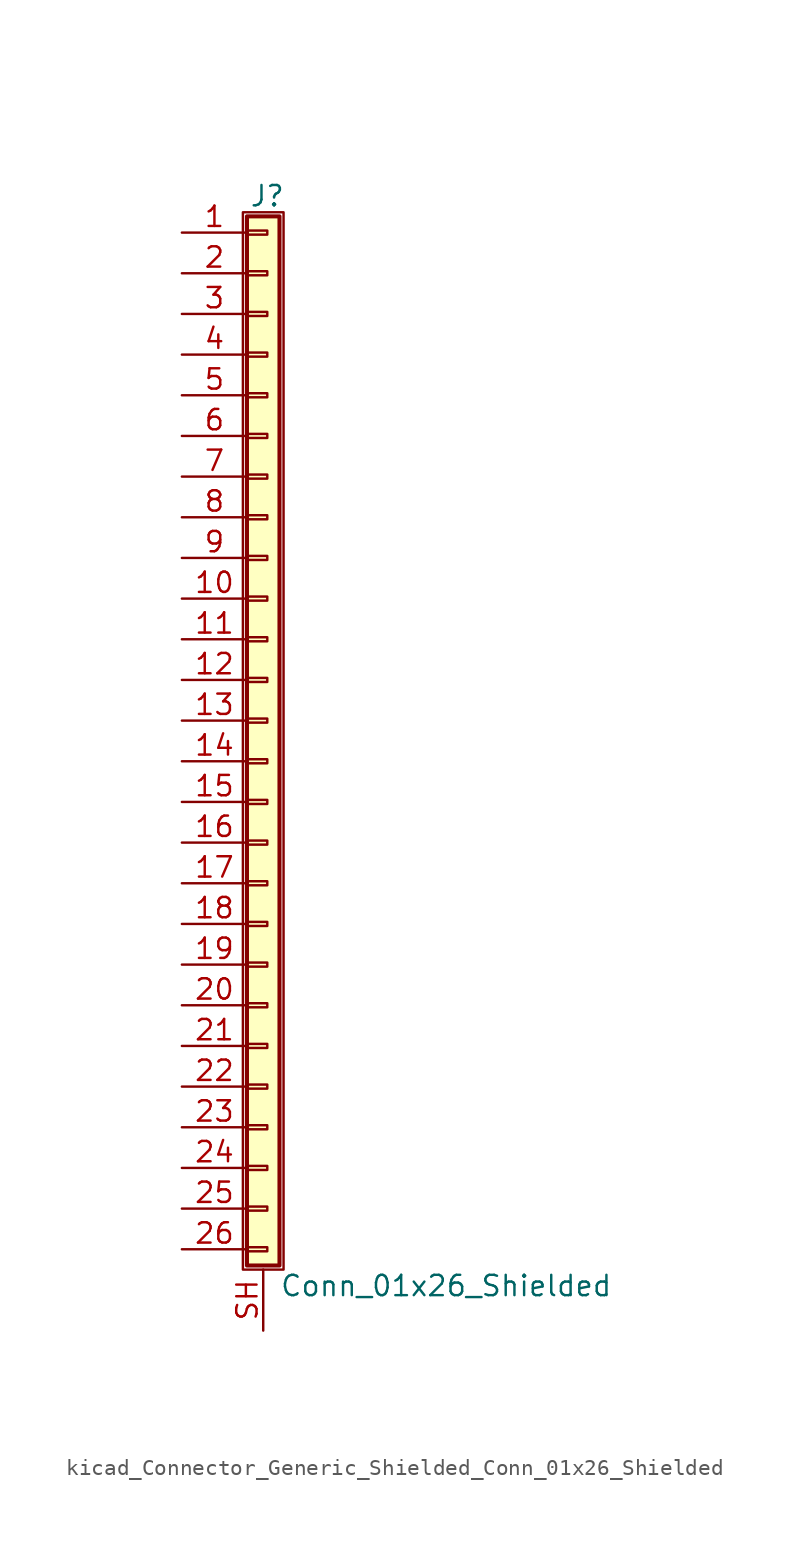
<source format=kicad_sym>
(kicad_symbol_lib
  (version 20220914)
  (generator kicad_symbol_editor)
  (symbol "kicad_Connector_Generic_Shielded_Conn_01x26_Shielded"
    (pin_names
      (offset 1.016) hide)
    (property "Reference" "J"
      (at 0.254 32.766 0)
      (effects (font (size 1.27 1.27))))
    (property "Value" "Conn_01x26_Shielded"
      (at 1.016 -35.306 0)
      (effects (font (size 1.27 1.27)) (justify left)))
    (symbol "kicad_Connector_Generic_Shielded_Conn_01x26_Shielded_1_1"
      (rectangle (start -1.27 31.75) (end 1.27 -34.29) (stroke (width 0.152) (type default)) (fill (type none)))
      (rectangle (start -1.016 -32.893) (end 0.254 -33.147) (stroke (width 0.152) (type default)) (fill (type none)))
      (rectangle (start -1.016 -30.353) (end 0.254 -30.607) (stroke (width 0.152) (type default)) (fill (type none)))
      (rectangle (start -1.016 -27.813) (end 0.254 -28.067) (stroke (width 0.152) (type default)) (fill (type none)))
      (rectangle (start -1.016 -25.273) (end 0.254 -25.527) (stroke (width 0.152) (type default)) (fill (type none)))
      (rectangle (start -1.016 -22.733) (end 0.254 -22.987) (stroke (width 0.152) (type default)) (fill (type none)))
      (rectangle (start -1.016 -20.193) (end 0.254 -20.447) (stroke (width 0.152) (type default)) (fill (type none)))
      (rectangle (start -1.016 -17.653) (end 0.254 -17.907) (stroke (width 0.152) (type default)) (fill (type none)))
      (rectangle (start -1.016 -15.113) (end 0.254 -15.367) (stroke (width 0.152) (type default)) (fill (type none)))
      (rectangle (start -1.016 -12.573) (end 0.254 -12.827) (stroke (width 0.152) (type default)) (fill (type none)))
      (rectangle (start -1.016 -10.033) (end 0.254 -10.287) (stroke (width 0.152) (type default)) (fill (type none)))
      (rectangle (start -1.016 -7.493) (end 0.254 -7.747) (stroke (width 0.152) (type default)) (fill (type none)))
      (rectangle (start -1.016 -4.953) (end 0.254 -5.207) (stroke (width 0.152) (type default)) (fill (type none)))
      (rectangle (start -1.016 -2.413) (end 0.254 -2.667) (stroke (width 0.152) (type default)) (fill (type none)))
      (rectangle (start -1.016 0.127) (end 0.254 -0.127) (stroke (width 0.152) (type default)) (fill (type none)))
      (rectangle (start -1.016 2.667) (end 0.254 2.413) (stroke (width 0.152) (type default)) (fill (type none)))
      (rectangle (start -1.016 5.207) (end 0.254 4.953) (stroke (width 0.152) (type default)) (fill (type none)))
      (rectangle (start -1.016 7.747) (end 0.254 7.493) (stroke (width 0.152) (type default)) (fill (type none)))
      (rectangle (start -1.016 10.287) (end 0.254 10.033) (stroke (width 0.152) (type default)) (fill (type none)))
      (rectangle (start -1.016 12.827) (end 0.254 12.573) (stroke (width 0.152) (type default)) (fill (type none)))
      (rectangle (start -1.016 15.367) (end 0.254 15.113) (stroke (width 0.152) (type default)) (fill (type none)))
      (rectangle (start -1.016 17.907) (end 0.254 17.653) (stroke (width 0.152) (type default)) (fill (type none)))
      (rectangle (start -1.016 20.447) (end 0.254 20.193) (stroke (width 0.152) (type default)) (fill (type none)))
      (rectangle (start -1.016 22.987) (end 0.254 22.733) (stroke (width 0.152) (type default)) (fill (type none)))
      (rectangle (start -1.016 25.527) (end 0.254 25.273) (stroke (width 0.152) (type default)) (fill (type none)))
      (rectangle (start -1.016 28.067) (end 0.254 27.813) (stroke (width 0.152) (type default)) (fill (type none)))
      (rectangle (start -1.016 30.607) (end 0.254 30.353) (stroke (width 0.152) (type default)) (fill (type none)))
      (rectangle (start -1.016 31.496) (end 1.016 -34.036) (stroke (width 0.254) (type default)) (fill (type background)))
      (pin passive line (at -5.08 30.48 0) (length 4.064) (name "Pin_1" (effects (font (size 1.27 1.27)))) (number "1" (effects (font (size 1.27 1.27)))))
      (pin passive line (at -5.08 7.62 0) (length 4.064) (name "Pin_10" (effects (font (size 1.27 1.27)))) (number "10" (effects (font (size 1.27 1.27)))))
      (pin passive line (at -5.08 5.08 0) (length 4.064) (name "Pin_11" (effects (font (size 1.27 1.27)))) (number "11" (effects (font (size 1.27 1.27)))))
      (pin passive line (at -5.08 2.54 0) (length 4.064) (name "Pin_12" (effects (font (size 1.27 1.27)))) (number "12" (effects (font (size 1.27 1.27)))))
      (pin passive line (at -5.08 0 0) (length 4.064) (name "Pin_13" (effects (font (size 1.27 1.27)))) (number "13" (effects (font (size 1.27 1.27)))))
      (pin passive line (at -5.08 -2.54 0) (length 4.064) (name "Pin_14" (effects (font (size 1.27 1.27)))) (number "14" (effects (font (size 1.27 1.27)))))
      (pin passive line (at -5.08 -5.08 0) (length 4.064) (name "Pin_15" (effects (font (size 1.27 1.27)))) (number "15" (effects (font (size 1.27 1.27)))))
      (pin passive line (at -5.08 -7.62 0) (length 4.064) (name "Pin_16" (effects (font (size 1.27 1.27)))) (number "16" (effects (font (size 1.27 1.27)))))
      (pin passive line (at -5.08 -10.16 0) (length 4.064) (name "Pin_17" (effects (font (size 1.27 1.27)))) (number "17" (effects (font (size 1.27 1.27)))))
      (pin passive line (at -5.08 -12.7 0) (length 4.064) (name "Pin_18" (effects (font (size 1.27 1.27)))) (number "18" (effects (font (size 1.27 1.27)))))
      (pin passive line (at -5.08 -15.24 0) (length 4.064) (name "Pin_19" (effects (font (size 1.27 1.27)))) (number "19" (effects (font (size 1.27 1.27)))))
      (pin passive line (at -5.08 27.94 0) (length 4.064) (name "Pin_2" (effects (font (size 1.27 1.27)))) (number "2" (effects (font (size 1.27 1.27)))))
      (pin passive line (at -5.08 -17.78 0) (length 4.064) (name "Pin_20" (effects (font (size 1.27 1.27)))) (number "20" (effects (font (size 1.27 1.27)))))
      (pin passive line (at -5.08 -20.32 0) (length 4.064) (name "Pin_21" (effects (font (size 1.27 1.27)))) (number "21" (effects (font (size 1.27 1.27)))))
      (pin passive line (at -5.08 -22.86 0) (length 4.064) (name "Pin_22" (effects (font (size 1.27 1.27)))) (number "22" (effects (font (size 1.27 1.27)))))
      (pin passive line (at -5.08 -25.4 0) (length 4.064) (name "Pin_23" (effects (font (size 1.27 1.27)))) (number "23" (effects (font (size 1.27 1.27)))))
      (pin passive line (at -5.08 -27.94 0) (length 4.064) (name "Pin_24" (effects (font (size 1.27 1.27)))) (number "24" (effects (font (size 1.27 1.27)))))
      (pin passive line (at -5.08 -30.48 0) (length 4.064) (name "Pin_25" (effects (font (size 1.27 1.27)))) (number "25" (effects (font (size 1.27 1.27)))))
      (pin passive line (at -5.08 -33.02 0) (length 4.064) (name "Pin_26" (effects (font (size 1.27 1.27)))) (number "26" (effects (font (size 1.27 1.27)))))
      (pin passive line (at -5.08 25.4 0) (length 4.064) (name "Pin_3" (effects (font (size 1.27 1.27)))) (number "3" (effects (font (size 1.27 1.27)))))
      (pin passive line (at -5.08 22.86 0) (length 4.064) (name "Pin_4" (effects (font (size 1.27 1.27)))) (number "4" (effects (font (size 1.27 1.27)))))
      (pin passive line (at -5.08 20.32 0) (length 4.064) (name "Pin_5" (effects (font (size 1.27 1.27)))) (number "5" (effects (font (size 1.27 1.27)))))
      (pin passive line (at -5.08 17.78 0) (length 4.064) (name "Pin_6" (effects (font (size 1.27 1.27)))) (number "6" (effects (font (size 1.27 1.27)))))
      (pin passive line (at -5.08 15.24 0) (length 4.064) (name "Pin_7" (effects (font (size 1.27 1.27)))) (number "7" (effects (font (size 1.27 1.27)))))
      (pin passive line (at -5.08 12.7 0) (length 4.064) (name "Pin_8" (effects (font (size 1.27 1.27)))) (number "8" (effects (font (size 1.27 1.27)))))
      (pin passive line (at -5.08 10.16 0) (length 4.064) (name "Pin_9" (effects (font (size 1.27 1.27)))) (number "9" (effects (font (size 1.27 1.27)))))
      (pin passive line (at 0 -38.1 90) (length 3.81) (name "Shield" (effects (font (size 1.27 1.27)))) (number "SH" (effects (font (size 1.27 1.27))))))))
</source>
